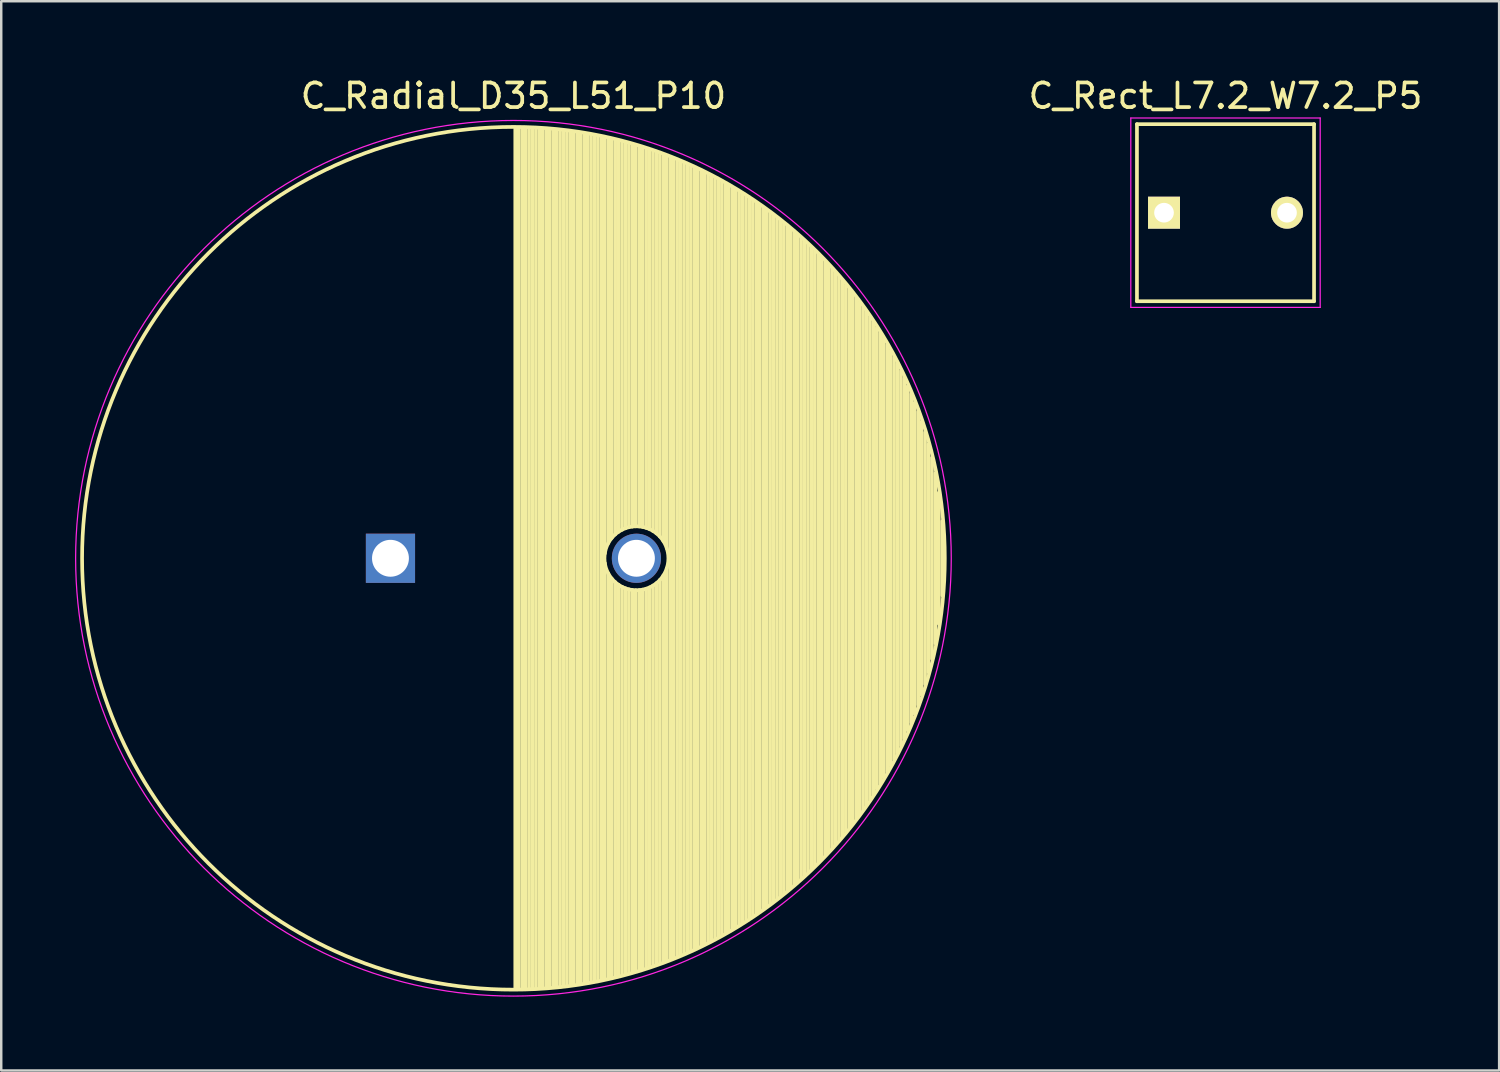
<source format=kicad_pcb>
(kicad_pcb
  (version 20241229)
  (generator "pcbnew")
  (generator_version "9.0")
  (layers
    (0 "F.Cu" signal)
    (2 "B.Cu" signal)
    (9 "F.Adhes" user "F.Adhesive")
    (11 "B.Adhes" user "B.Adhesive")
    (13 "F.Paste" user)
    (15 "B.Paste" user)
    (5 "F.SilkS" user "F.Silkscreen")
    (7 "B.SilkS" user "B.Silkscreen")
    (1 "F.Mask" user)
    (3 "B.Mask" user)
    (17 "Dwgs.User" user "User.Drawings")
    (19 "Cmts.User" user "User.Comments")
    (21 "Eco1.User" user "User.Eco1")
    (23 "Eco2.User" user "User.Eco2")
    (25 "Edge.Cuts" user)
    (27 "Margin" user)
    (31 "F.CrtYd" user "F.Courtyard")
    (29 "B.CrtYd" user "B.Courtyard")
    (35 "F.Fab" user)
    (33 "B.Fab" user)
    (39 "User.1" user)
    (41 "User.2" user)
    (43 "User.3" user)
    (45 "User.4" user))
  (footprint "C_Rect_L7.2_W7.2_P5"
    (layer "F.Cu")
    (at 44.275 5.598)
    (property "Reference" "C_Rect_L7.2_W7.2_P5" (at 2.5 -4.75 0) (layer "F.SilkS") (effects (font (size 1 1) (thickness 0.15))))
    (attr through_hole)
    (fp_line (start -1.1 -3.6) (end 6.1 -3.6) (stroke (width 0.15) (type solid)) (layer "F.SilkS"))
    (fp_line (start -1.1 3.6) (end -1.1 -3.6) (stroke (width 0.15) (type solid)) (layer "F.SilkS"))
    (fp_line (start 6.1 -3.6) (end 6.1 3.6) (stroke (width 0.15) (type solid)) (layer "F.SilkS"))
    (fp_line (start 6.1 3.6) (end -1.1 3.6) (stroke (width 0.15) (type solid)) (layer "F.SilkS"))
    (fp_line (start -1.35 -3.85) (end 6.35 -3.85) (stroke (width 0.05) (type solid)) (layer "F.CrtYd"))
    (fp_line (start -1.35 3.85) (end -1.35 -3.85) (stroke (width 0.05) (type solid)) (layer "F.CrtYd"))
    (fp_line (start 6.35 -3.85) (end 6.35 3.85) (stroke (width 0.05) (type solid)) (layer "F.CrtYd"))
    (fp_line (start 6.35 3.85) (end -1.35 3.85) (stroke (width 0.05) (type solid)) (layer "F.CrtYd"))
    (pad "1" thru_hole rect (at 0 0) (size 1.3 1.3) (drill 0.8) (layers "*.Cu" "*.Mask" "F.SilkS"))
    (pad "2" thru_hole circle (at 5 0) (size 1.3 1.3) (drill 0.8) (layers "*.Cu" "*.Mask" "F.SilkS")))
  (footprint "C_Radial_D35_L51_P10"
    (layer "F.Cu")
    (at 12.825 19.648)
    (property "Reference" "C_Radial_D35_L51_P10" (at 5 -18.8 0) (layer "F.SilkS") (effects (font (size 1 1) (thickness 0.15))))
    (attr through_hole)
    (fp_line (start 5.075 -17.5) (end 5.075 17.5) (stroke (width 0.15) (type solid)) (layer "F.SilkS"))
    (fp_line (start 5.215 -17.499) (end 5.215 17.499) (stroke (width 0.15) (type solid)) (layer "F.SilkS"))
    (fp_line (start 5.355 -17.496) (end 5.355 17.496) (stroke (width 0.15) (type solid)) (layer "F.SilkS"))
    (fp_line (start 5.495 -17.493) (end 5.495 17.493) (stroke (width 0.15) (type solid)) (layer "F.SilkS"))
    (fp_line (start 5.635 -17.488) (end 5.635 17.488) (stroke (width 0.15) (type solid)) (layer "F.SilkS"))
    (fp_line (start 5.775 -17.483) (end 5.775 17.483) (stroke (width 0.15) (type solid)) (layer "F.SilkS"))
    (fp_line (start 5.915 -17.476) (end 5.915 17.476) (stroke (width 0.15) (type solid)) (layer "F.SilkS"))
    (fp_line (start 6.055 -17.468) (end 6.055 17.468) (stroke (width 0.15) (type solid)) (layer "F.SilkS"))
    (fp_line (start 6.195 -17.459) (end 6.195 17.459) (stroke (width 0.15) (type solid)) (layer "F.SilkS"))
    (fp_line (start 6.335 -17.449) (end 6.335 17.449) (stroke (width 0.15) (type solid)) (layer "F.SilkS"))
    (fp_line (start 6.475 -17.438) (end 6.475 17.438) (stroke (width 0.15) (type solid)) (layer "F.SilkS"))
    (fp_line (start 6.615 -17.425) (end 6.615 17.425) (stroke (width 0.15) (type solid)) (layer "F.SilkS"))
    (fp_line (start 6.755 -17.412) (end 6.755 17.412) (stroke (width 0.15) (type solid)) (layer "F.SilkS"))
    (fp_line (start 6.895 -17.397) (end 6.895 17.397) (stroke (width 0.15) (type solid)) (layer "F.SilkS"))
    (fp_line (start 7.035 -17.381) (end 7.035 17.381) (stroke (width 0.15) (type solid)) (layer "F.SilkS"))
    (fp_line (start 7.175 -17.364) (end 7.175 17.364) (stroke (width 0.15) (type solid)) (layer "F.SilkS"))
    (fp_line (start 7.315 -17.346) (end 7.315 17.346) (stroke (width 0.15) (type solid)) (layer "F.SilkS"))
    (fp_line (start 7.455 -17.327) (end 7.455 17.327) (stroke (width 0.15) (type solid)) (layer "F.SilkS"))
    (fp_line (start 7.595 -17.307) (end 7.595 17.307) (stroke (width 0.15) (type solid)) (layer "F.SilkS"))
    (fp_line (start 7.735 -17.285) (end 7.735 17.285) (stroke (width 0.15) (type solid)) (layer "F.SilkS"))
    (fp_line (start 7.875 -17.262) (end 7.875 17.262) (stroke (width 0.15) (type solid)) (layer "F.SilkS"))
    (fp_line (start 8.015 -17.238) (end 8.015 17.238) (stroke (width 0.15) (type solid)) (layer "F.SilkS"))
    (fp_line (start 8.155 -17.213) (end 8.155 17.213) (stroke (width 0.15) (type solid)) (layer "F.SilkS"))
    (fp_line (start 8.295 -17.187) (end 8.295 17.187) (stroke (width 0.15) (type solid)) (layer "F.SilkS"))
    (fp_line (start 8.435 -17.16) (end 8.435 17.16) (stroke (width 0.15) (type solid)) (layer "F.SilkS"))
    (fp_line (start 8.575 -17.131) (end 8.575 17.131) (stroke (width 0.15) (type solid)) (layer "F.SilkS"))
    (fp_line (start 8.715 -17.101) (end 8.715 -0.197) (stroke (width 0.15) (type solid)) (layer "F.SilkS"))
    (fp_line (start 8.715 0.197) (end 8.715 17.101) (stroke (width 0.15) (type solid)) (layer "F.SilkS"))
    (fp_line (start 8.855 -17.07) (end 8.855 -0.616) (stroke (width 0.15) (type solid)) (layer "F.SilkS"))
    (fp_line (start 8.855 0.616) (end 8.855 17.07) (stroke (width 0.15) (type solid)) (layer "F.SilkS"))
    (fp_line (start 8.995 -17.038) (end 8.995 -0.825) (stroke (width 0.15) (type solid)) (layer "F.SilkS"))
    (fp_line (start 8.995 0.825) (end 8.995 17.038) (stroke (width 0.15) (type solid)) (layer "F.SilkS"))
    (fp_line (start 9.135 -17.004) (end 9.135 -0.97) (stroke (width 0.15) (type solid)) (layer "F.SilkS"))
    (fp_line (start 9.135 0.97) (end 9.135 17.004) (stroke (width 0.15) (type solid)) (layer "F.SilkS"))
    (fp_line (start 9.275 -16.97) (end 9.275 -1.079) (stroke (width 0.15) (type solid)) (layer "F.SilkS"))
    (fp_line (start 9.275 1.079) (end 9.275 16.97) (stroke (width 0.15) (type solid)) (layer "F.SilkS"))
    (fp_line (start 9.415 -16.934) (end 9.415 -1.161) (stroke (width 0.15) (type solid)) (layer "F.SilkS"))
    (fp_line (start 9.415 1.161) (end 9.415 16.934) (stroke (width 0.15) (type solid)) (layer "F.SilkS"))
    (fp_line (start 9.555 -16.897) (end 9.555 -1.221) (stroke (width 0.15) (type solid)) (layer "F.SilkS"))
    (fp_line (start 9.555 1.221) (end 9.555 16.897) (stroke (width 0.15) (type solid)) (layer "F.SilkS"))
    (fp_line (start 9.695 -16.858) (end 9.695 -1.264) (stroke (width 0.15) (type solid)) (layer "F.SilkS"))
    (fp_line (start 9.695 1.264) (end 9.695 16.858) (stroke (width 0.15) (type solid)) (layer "F.SilkS"))
    (fp_line (start 9.835 -16.819) (end 9.835 -1.289) (stroke (width 0.15) (type solid)) (layer "F.SilkS"))
    (fp_line (start 9.835 1.289) (end 9.835 16.819) (stroke (width 0.15) (type solid)) (layer "F.SilkS"))
    (fp_line (start 9.975 -16.778) (end 9.975 -1.3) (stroke (width 0.15) (type solid)) (layer "F.SilkS"))
    (fp_line (start 9.975 1.3) (end 9.975 16.778) (stroke (width 0.15) (type solid)) (layer "F.SilkS"))
    (fp_line (start 10.115 -16.736) (end 10.115 -1.295) (stroke (width 0.15) (type solid)) (layer "F.SilkS"))
    (fp_line (start 10.115 1.295) (end 10.115 16.736) (stroke (width 0.15) (type solid)) (layer "F.SilkS"))
    (fp_line (start 10.255 -16.692) (end 10.255 -1.275) (stroke (width 0.15) (type solid)) (layer "F.SilkS"))
    (fp_line (start 10.255 1.275) (end 10.255 16.692) (stroke (width 0.15) (type solid)) (layer "F.SilkS"))
    (fp_line (start 10.395 -16.648) (end 10.395 -1.239) (stroke (width 0.15) (type solid)) (layer "F.SilkS"))
    (fp_line (start 10.395 1.239) (end 10.395 16.648) (stroke (width 0.15) (type solid)) (layer "F.SilkS"))
    (fp_line (start 10.535 -16.602) (end 10.535 -1.185) (stroke (width 0.15) (type solid)) (layer "F.SilkS"))
    (fp_line (start 10.535 1.185) (end 10.535 16.602) (stroke (width 0.15) (type solid)) (layer "F.SilkS"))
    (fp_line (start 10.675 -16.554) (end 10.675 -1.111) (stroke (width 0.15) (type solid)) (layer "F.SilkS"))
    (fp_line (start 10.675 1.111) (end 10.675 16.554) (stroke (width 0.15) (type solid)) (layer "F.SilkS"))
    (fp_line (start 10.815 -16.506) (end 10.815 -1.013) (stroke (width 0.15) (type solid)) (layer "F.SilkS"))
    (fp_line (start 10.815 1.013) (end 10.815 16.506) (stroke (width 0.15) (type solid)) (layer "F.SilkS"))
    (fp_line (start 10.955 -16.456) (end 10.955 -0.882) (stroke (width 0.15) (type solid)) (layer "F.SilkS"))
    (fp_line (start 10.955 0.882) (end 10.955 16.456) (stroke (width 0.15) (type solid)) (layer "F.SilkS"))
    (fp_line (start 11.095 -16.404) (end 11.095 -0.701) (stroke (width 0.15) (type solid)) (layer "F.SilkS"))
    (fp_line (start 11.095 0.701) (end 11.095 16.404) (stroke (width 0.15) (type solid)) (layer "F.SilkS"))
    (fp_line (start 11.235 -16.352) (end 11.235 -0.406) (stroke (width 0.15) (type solid)) (layer "F.SilkS"))
    (fp_line (start 11.235 0.406) (end 11.235 16.352) (stroke (width 0.15) (type solid)) (layer "F.SilkS"))
    (fp_line (start 11.375 -16.298) (end 11.375 16.298) (stroke (width 0.15) (type solid)) (layer "F.SilkS"))
    (fp_line (start 11.515 -16.242) (end 11.515 16.242) (stroke (width 0.15) (type solid)) (layer "F.SilkS"))
    (fp_line (start 11.655 -16.185) (end 11.655 16.185) (stroke (width 0.15) (type solid)) (layer "F.SilkS"))
    (fp_line (start 11.795 -16.127) (end 11.795 16.127) (stroke (width 0.15) (type solid)) (layer "F.SilkS"))
    (fp_line (start 11.935 -16.067) (end 11.935 16.067) (stroke (width 0.15) (type solid)) (layer "F.SilkS"))
    (fp_line (start 12.075 -16.006) (end 12.075 16.006) (stroke (width 0.15) (type solid)) (layer "F.SilkS"))
    (fp_line (start 12.215 -15.943) (end 12.215 15.943) (stroke (width 0.15) (type solid)) (layer "F.SilkS"))
    (fp_line (start 12.355 -15.879) (end 12.355 15.879) (stroke (width 0.15) (type solid)) (layer "F.SilkS"))
    (fp_line (start 12.495 -15.814) (end 12.495 15.814) (stroke (width 0.15) (type solid)) (layer "F.SilkS"))
    (fp_line (start 12.635 -15.747) (end 12.635 15.747) (stroke (width 0.15) (type solid)) (layer "F.SilkS"))
    (fp_line (start 12.775 -15.678) (end 12.775 15.678) (stroke (width 0.15) (type solid)) (layer "F.SilkS"))
    (fp_line (start 12.915 -15.608) (end 12.915 15.608) (stroke (width 0.15) (type solid)) (layer "F.SilkS"))
    (fp_line (start 13.055 -15.536) (end 13.055 15.536) (stroke (width 0.15) (type solid)) (layer "F.SilkS"))
    (fp_line (start 13.195 -15.463) (end 13.195 15.463) (stroke (width 0.15) (type solid)) (layer "F.SilkS"))
    (fp_line (start 13.335 -15.388) (end 13.335 15.388) (stroke (width 0.15) (type solid)) (layer "F.SilkS"))
    (fp_line (start 13.475 -15.311) (end 13.475 15.311) (stroke (width 0.15) (type solid)) (layer "F.SilkS"))
    (fp_line (start 13.615 -15.233) (end 13.615 15.233) (stroke (width 0.15) (type solid)) (layer "F.SilkS"))
    (fp_line (start 13.755 -15.153) (end 13.755 15.153) (stroke (width 0.15) (type solid)) (layer "F.SilkS"))
    (fp_line (start 13.895 -15.071) (end 13.895 15.071) (stroke (width 0.15) (type solid)) (layer "F.SilkS"))
    (fp_line (start 14.035 -14.987) (end 14.035 14.987) (stroke (width 0.15) (type solid)) (layer "F.SilkS"))
    (fp_line (start 14.175 -14.902) (end 14.175 14.902) (stroke (width 0.15) (type solid)) (layer "F.SilkS"))
    (fp_line (start 14.315 -14.815) (end 14.315 14.815) (stroke (width 0.15) (type solid)) (layer "F.SilkS"))
    (fp_line (start 14.455 -14.726) (end 14.455 14.726) (stroke (width 0.15) (type solid)) (layer "F.SilkS"))
    (fp_line (start 14.595 -14.635) (end 14.595 14.635) (stroke (width 0.15) (type solid)) (layer "F.SilkS"))
    (fp_line (start 14.735 -14.542) (end 14.735 14.542) (stroke (width 0.15) (type solid)) (layer "F.SilkS"))
    (fp_line (start 14.875 -14.448) (end 14.875 14.448) (stroke (width 0.15) (type solid)) (layer "F.SilkS"))
    (fp_line (start 15.015 -14.351) (end 15.015 14.351) (stroke (width 0.15) (type solid)) (layer "F.SilkS"))
    (fp_line (start 15.155 -14.252) (end 15.155 14.252) (stroke (width 0.15) (type solid)) (layer "F.SilkS"))
    (fp_line (start 15.295 -14.151) (end 15.295 14.151) (stroke (width 0.15) (type solid)) (layer "F.SilkS"))
    (fp_line (start 15.435 -14.049) (end 15.435 14.049) (stroke (width 0.15) (type solid)) (layer "F.SilkS"))
    (fp_line (start 15.575 -13.943) (end 15.575 13.943) (stroke (width 0.15) (type solid)) (layer "F.SilkS"))
    (fp_line (start 15.715 -13.836) (end 15.715 13.836) (stroke (width 0.15) (type solid)) (layer "F.SilkS"))
    (fp_line (start 15.855 -13.727) (end 15.855 13.727) (stroke (width 0.15) (type solid)) (layer "F.SilkS"))
    (fp_line (start 15.995 -13.615) (end 15.995 13.615) (stroke (width 0.15) (type solid)) (layer "F.SilkS"))
    (fp_line (start 16.135 -13.5) (end 16.135 13.5) (stroke (width 0.15) (type solid)) (layer "F.SilkS"))
    (fp_line (start 16.275 -13.384) (end 16.275 13.384) (stroke (width 0.15) (type solid)) (layer "F.SilkS"))
    (fp_line (start 16.415 -13.265) (end 16.415 13.265) (stroke (width 0.15) (type solid)) (layer "F.SilkS"))
    (fp_line (start 16.555 -13.143) (end 16.555 13.143) (stroke (width 0.15) (type solid)) (layer "F.SilkS"))
    (fp_line (start 16.695 -13.018) (end 16.695 13.018) (stroke (width 0.15) (type solid)) (layer "F.SilkS"))
    (fp_line (start 16.835 -12.891) (end 16.835 12.891) (stroke (width 0.15) (type solid)) (layer "F.SilkS"))
    (fp_line (start 16.975 -12.761) (end 16.975 12.761) (stroke (width 0.15) (type solid)) (layer "F.SilkS"))
    (fp_line (start 17.115 -12.628) (end 17.115 12.628) (stroke (width 0.15) (type solid)) (layer "F.SilkS"))
    (fp_line (start 17.255 -12.493) (end 17.255 12.493) (stroke (width 0.15) (type solid)) (layer "F.SilkS"))
    (fp_line (start 17.395 -12.354) (end 17.395 12.354) (stroke (width 0.15) (type solid)) (layer "F.SilkS"))
    (fp_line (start 17.535 -12.212) (end 17.535 12.212) (stroke (width 0.15) (type solid)) (layer "F.SilkS"))
    (fp_line (start 17.675 -12.066) (end 17.675 12.066) (stroke (width 0.15) (type solid)) (layer "F.SilkS"))
    (fp_line (start 17.815 -11.917) (end 17.815 11.917) (stroke (width 0.15) (type solid)) (layer "F.SilkS"))
    (fp_line (start 17.955 -11.765) (end 17.955 11.765) (stroke (width 0.15) (type solid)) (layer "F.SilkS"))
    (fp_line (start 18.095 -11.609) (end 18.095 11.609) (stroke (width 0.15) (type solid)) (layer "F.SilkS"))
    (fp_line (start 18.235 -11.449) (end 18.235 11.449) (stroke (width 0.15) (type solid)) (layer "F.SilkS"))
    (fp_line (start 18.375 -11.285) (end 18.375 11.285) (stroke (width 0.15) (type solid)) (layer "F.SilkS"))
    (fp_line (start 18.515 -11.117) (end 18.515 11.117) (stroke (width 0.15) (type solid)) (layer "F.SilkS"))
    (fp_line (start 18.655 -10.945) (end 18.655 10.945) (stroke (width 0.15) (type solid)) (layer "F.SilkS"))
    (fp_line (start 18.795 -10.768) (end 18.795 10.768) (stroke (width 0.15) (type solid)) (layer "F.SilkS"))
    (fp_line (start 18.935 -10.586) (end 18.935 10.586) (stroke (width 0.15) (type solid)) (layer "F.SilkS"))
    (fp_line (start 19.075 -10.399) (end 19.075 10.399) (stroke (width 0.15) (type solid)) (layer "F.SilkS"))
    (fp_line (start 19.215 -10.207) (end 19.215 10.207) (stroke (width 0.15) (type solid)) (layer "F.SilkS"))
    (fp_line (start 19.355 -10.009) (end 19.355 10.009) (stroke (width 0.15) (type solid)) (layer "F.SilkS"))
    (fp_line (start 19.495 -9.805) (end 19.495 9.805) (stroke (width 0.15) (type solid)) (layer "F.SilkS"))
    (fp_line (start 19.635 -9.595) (end 19.635 9.595) (stroke (width 0.15) (type solid)) (layer "F.SilkS"))
    (fp_line (start 19.775 -9.378) (end 19.775 9.378) (stroke (width 0.15) (type solid)) (layer "F.SilkS"))
    (fp_line (start 19.915 -9.154) (end 19.915 9.154) (stroke (width 0.15) (type solid)) (layer "F.SilkS"))
    (fp_line (start 20.055 -8.922) (end 20.055 8.922) (stroke (width 0.15) (type solid)) (layer "F.SilkS"))
    (fp_line (start 20.195 -8.681) (end 20.195 8.681) (stroke (width 0.15) (type solid)) (layer "F.SilkS"))
    (fp_line (start 20.335 -8.431) (end 20.335 8.431) (stroke (width 0.15) (type solid)) (layer "F.SilkS"))
    (fp_line (start 20.475 -8.172) (end 20.475 8.172) (stroke (width 0.15) (type solid)) (layer "F.SilkS"))
    (fp_line (start 20.615 -7.901) (end 20.615 7.901) (stroke (width 0.15) (type solid)) (layer "F.SilkS"))
    (fp_line (start 20.755 -7.618) (end 20.755 7.618) (stroke (width 0.15) (type solid)) (layer "F.SilkS"))
    (fp_line (start 20.895 -7.321) (end 20.895 7.321) (stroke (width 0.15) (type solid)) (layer "F.SilkS"))
    (fp_line (start 21.035 -7.009) (end 21.035 7.009) (stroke (width 0.15) (type solid)) (layer "F.SilkS"))
    (fp_line (start 21.175 -6.68) (end 21.175 6.68) (stroke (width 0.15) (type solid)) (layer "F.SilkS"))
    (fp_line (start 21.315 -6.33) (end 21.315 6.33) (stroke (width 0.15) (type solid)) (layer "F.SilkS"))
    (fp_line (start 21.455 -5.957) (end 21.455 5.957) (stroke (width 0.15) (type solid)) (layer "F.SilkS"))
    (fp_line (start 21.595 -5.555) (end 21.595 5.555) (stroke (width 0.15) (type solid)) (layer "F.SilkS"))
    (fp_line (start 21.735 -5.118) (end 21.735 5.118) (stroke (width 0.15) (type solid)) (layer "F.SilkS"))
    (fp_line (start 21.875 -4.635) (end 21.875 4.635) (stroke (width 0.15) (type solid)) (layer "F.SilkS"))
    (fp_line (start 22.015 -4.091) (end 22.015 4.091) (stroke (width 0.15) (type solid)) (layer "F.SilkS"))
    (fp_line (start 22.155 -3.458) (end 22.155 3.458) (stroke (width 0.15) (type solid)) (layer "F.SilkS"))
    (fp_line (start 22.295 -2.671) (end 22.295 2.671) (stroke (width 0.15) (type solid)) (layer "F.SilkS"))
    (fp_line (start 22.435 -1.507) (end 22.435 1.507) (stroke (width 0.15) (type solid)) (layer "F.SilkS"))
    (fp_circle (center 5 0) (end 5 -17.538) (stroke (width 0.15) (type solid)) (fill no) (layer "F.SilkS"))
    (fp_circle (center 10 0) (end 10 -1.3) (stroke (width 0.15) (type solid)) (fill no) (layer "F.SilkS"))
    (fp_circle (center 5 0) (end 5 -17.8) (stroke (width 0.05) (type solid)) (fill no) (layer "F.CrtYd"))
    (pad "1" thru_hole rect (at 0 0) (size 2 2) (drill 1.5) (layers "*.Cu" "*.Mask"))
    (pad "2" thru_hole circle (at 10 0) (size 2 2) (drill 1.5) (layers "*.Cu" "*.Mask")))
  (gr_rect
    (start -3 -3)
    (end 57.9 40.473)
    (stroke (width 0.1) (type default))
    (fill no)
    (layer "Edge.Cuts")))
</source>
